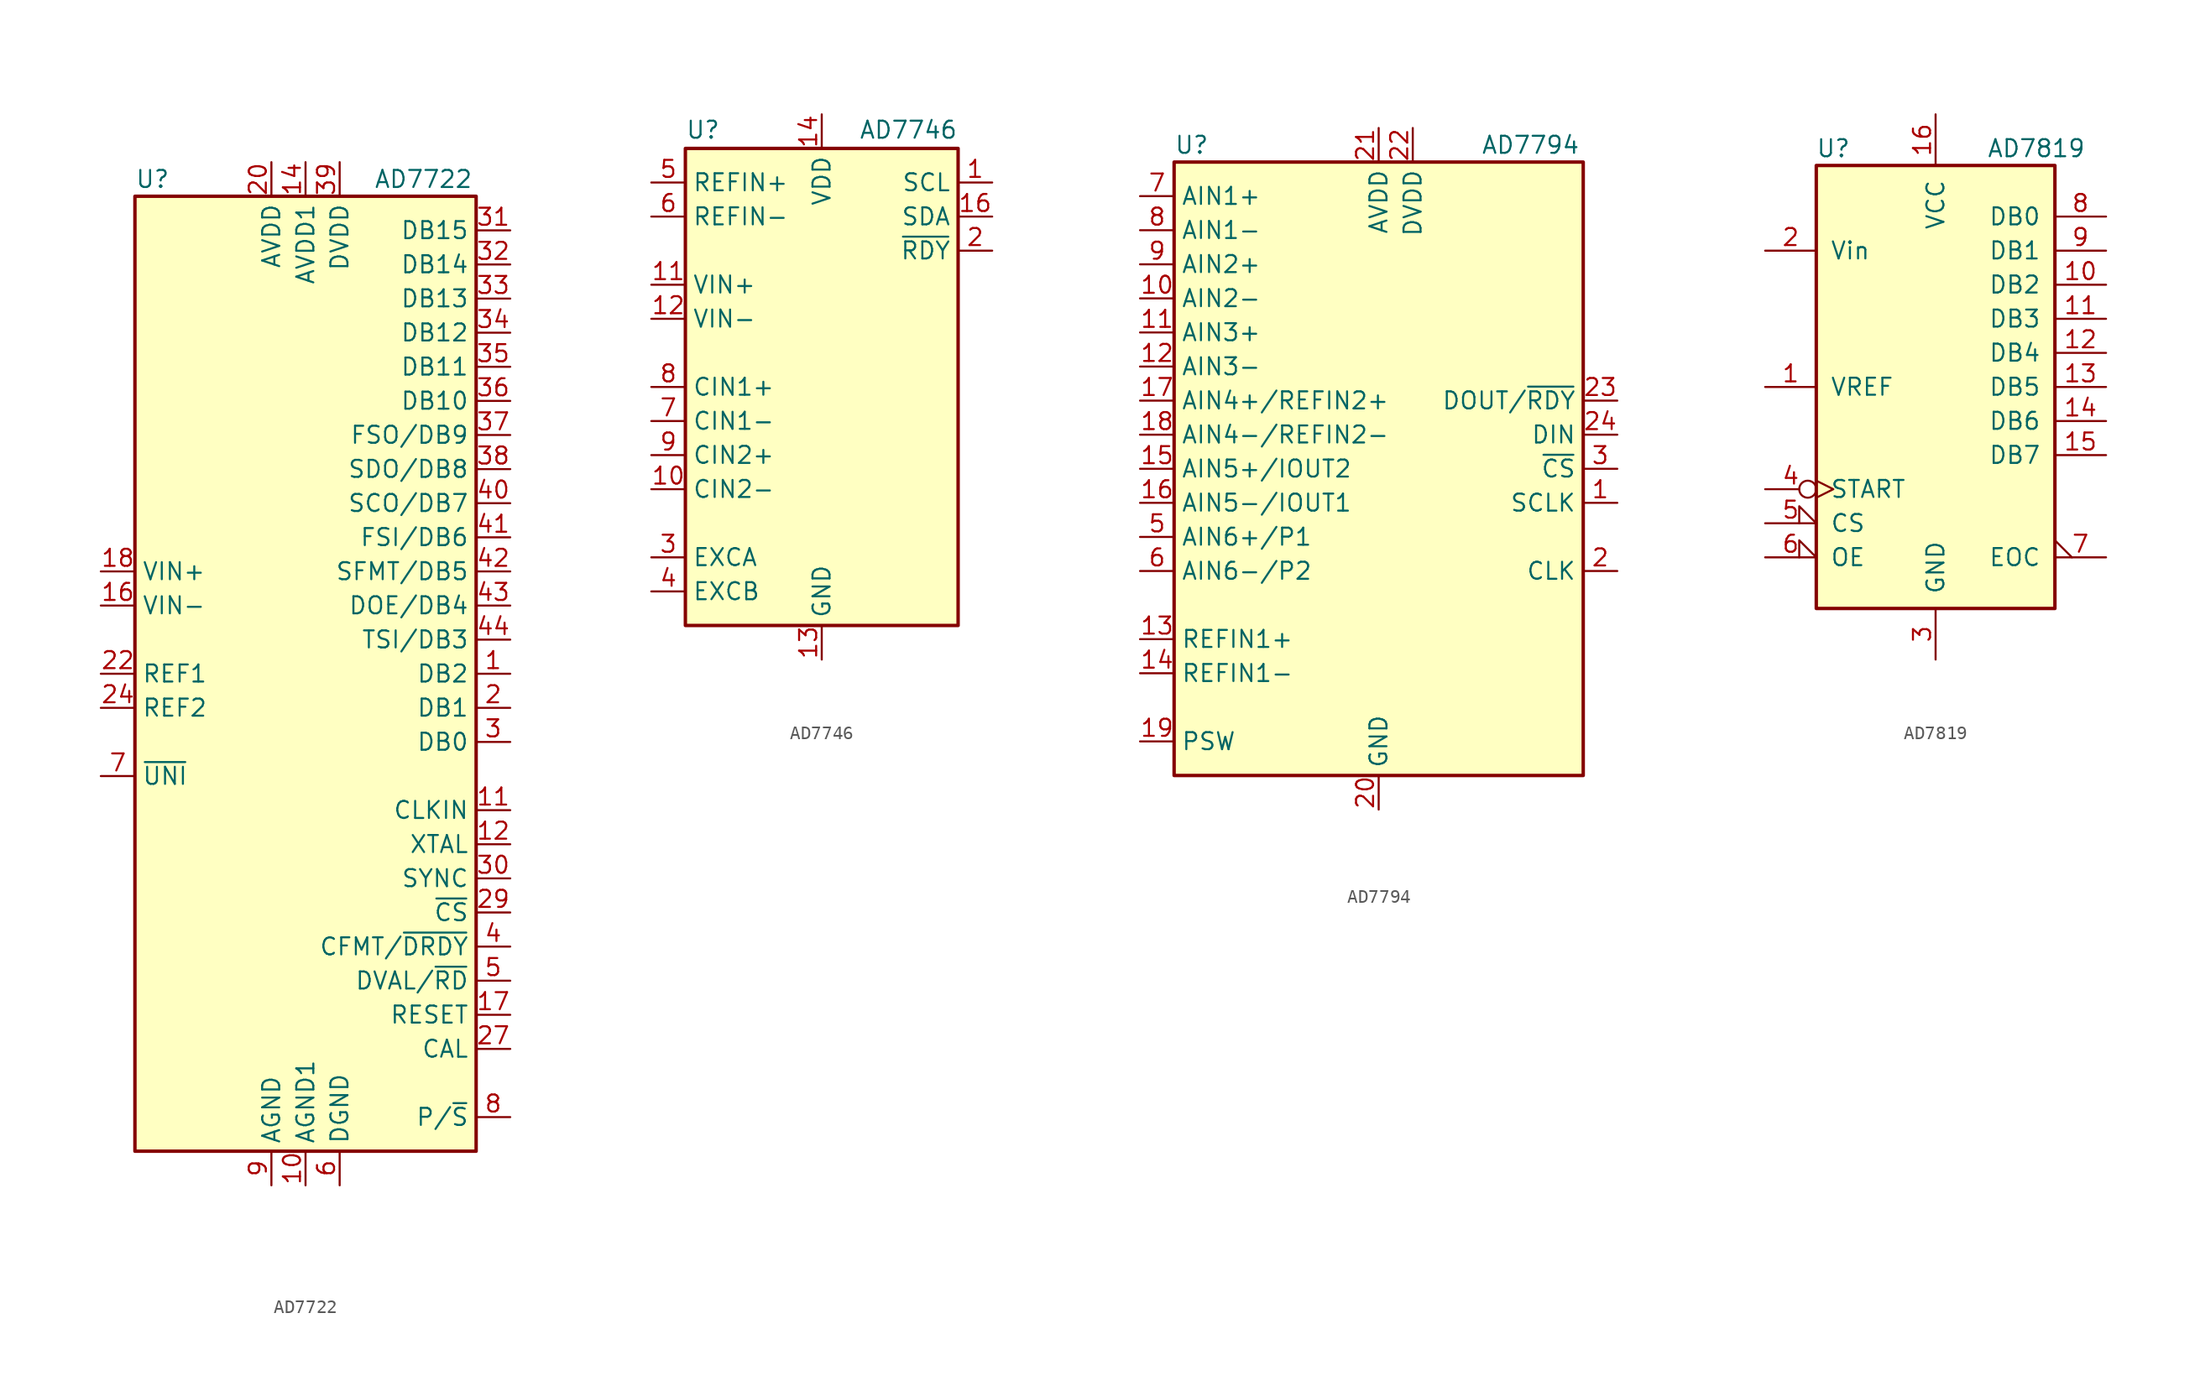
<source format=kicad_sym>
(kicad_symbol_lib
  (version 20211014)
  (generator kicad_symbol_editor)
  (symbol "AD7722"
    (property "Reference" "U"
      (at -12.7 36.83 0)
      (effects (font (size 1.27 1.27)) (justify left)))
    (property "Value" "AD7722"
      (at 5.08 36.83 0)
      (effects (font (size 1.27 1.27)) (justify left)))
    (symbol "AD7722_0_1"
      (rectangle (start -12.7 35.56) (end 12.7 -35.56) (stroke (width 0.254) (type default) (color 0 0 0 0)) (fill (type background))))
    (symbol "AD7722_1_1"
      (pin input line (at 15.24 0 180) (length 2.54) (name "DB2" (effects (font (size 1.27 1.27)))) (number "1" (effects (font (size 1.27 1.27)))))
      (pin power_in line (at 0 -38.1 90) (length 2.54) (name "AGND1" (effects (font (size 1.27 1.27)))) (number "10" (effects (font (size 1.27 1.27)))))
      (pin input line (at 15.24 -10.16 180) (length 2.54) (name "CLKIN" (effects (font (size 1.27 1.27)))) (number "11" (effects (font (size 1.27 1.27)))))
      (pin output line (at 15.24 -12.7 180) (length 2.54) (name "XTAL" (effects (font (size 1.27 1.27)))) (number "12" (effects (font (size 1.27 1.27)))))
      (pin passive line (at -2.54 -38.1 90) (length 2.54) hide (name "AGND" (effects (font (size 1.27 1.27)))) (number "13" (effects (font (size 1.27 1.27)))))
      (pin power_in line (at 0 38.1 270) (length 2.54) (name "AVDD1" (effects (font (size 1.27 1.27)))) (number "14" (effects (font (size 1.27 1.27)))))
      (pin passive line (at -2.54 -38.1 90) (length 2.54) hide (name "AGND" (effects (font (size 1.27 1.27)))) (number "15" (effects (font (size 1.27 1.27)))))
      (pin input line (at -15.24 5.08 0) (length 2.54) (name "VIN-" (effects (font (size 1.27 1.27)))) (number "16" (effects (font (size 1.27 1.27)))))
      (pin input line (at 15.24 -25.4 180) (length 2.54) (name "RESET" (effects (font (size 1.27 1.27)))) (number "17" (effects (font (size 1.27 1.27)))))
      (pin input line (at -15.24 7.62 0) (length 2.54) (name "VIN+" (effects (font (size 1.27 1.27)))) (number "18" (effects (font (size 1.27 1.27)))))
      (pin passive line (at -2.54 -38.1 90) (length 2.54) hide (name "AGND" (effects (font (size 1.27 1.27)))) (number "19" (effects (font (size 1.27 1.27)))))
      (pin input line (at 15.24 -2.54 180) (length 2.54) (name "DB1" (effects (font (size 1.27 1.27)))) (number "2" (effects (font (size 1.27 1.27)))))
      (pin power_in line (at -2.54 38.1 270) (length 2.54) (name "AVDD" (effects (font (size 1.27 1.27)))) (number "20" (effects (font (size 1.27 1.27)))))
      (pin passive line (at -2.54 -38.1 90) (length 2.54) hide (name "AGND" (effects (font (size 1.27 1.27)))) (number "21" (effects (font (size 1.27 1.27)))))
      (pin power_out line (at -15.24 0 0) (length 2.54) (name "REF1" (effects (font (size 1.27 1.27)))) (number "22" (effects (font (size 1.27 1.27)))))
      (pin passive line (at -2.54 38.1 270) (length 2.54) hide (name "AVDD" (effects (font (size 1.27 1.27)))) (number "23" (effects (font (size 1.27 1.27)))))
      (pin power_out line (at -15.24 -2.54 0) (length 2.54) (name "REF2" (effects (font (size 1.27 1.27)))) (number "24" (effects (font (size 1.27 1.27)))))
      (pin passive line (at -2.54 -38.1 90) (length 2.54) hide (name "AGND" (effects (font (size 1.27 1.27)))) (number "25" (effects (font (size 1.27 1.27)))))
      (pin passive line (at -2.54 -38.1 90) (length 2.54) hide (name "AGND" (effects (font (size 1.27 1.27)))) (number "26" (effects (font (size 1.27 1.27)))))
      (pin input line (at 15.24 -27.94 180) (length 2.54) (name "CAL" (effects (font (size 1.27 1.27)))) (number "27" (effects (font (size 1.27 1.27)))))
      (pin passive line (at 2.54 -38.1 90) (length 2.54) hide (name "DGND" (effects (font (size 1.27 1.27)))) (number "28" (effects (font (size 1.27 1.27)))))
      (pin input line (at 15.24 -17.78 180) (length 2.54) (name "~{CS}" (effects (font (size 1.27 1.27)))) (number "29" (effects (font (size 1.27 1.27)))))
      (pin input line (at 15.24 -5.08 180) (length 2.54) (name "DB0" (effects (font (size 1.27 1.27)))) (number "3" (effects (font (size 1.27 1.27)))))
      (pin input line (at 15.24 -15.24 180) (length 2.54) (name "SYNC" (effects (font (size 1.27 1.27)))) (number "30" (effects (font (size 1.27 1.27)))))
      (pin output line (at 15.24 33.02 180) (length 2.54) (name "DB15" (effects (font (size 1.27 1.27)))) (number "31" (effects (font (size 1.27 1.27)))))
      (pin output line (at 15.24 30.48 180) (length 2.54) (name "DB14" (effects (font (size 1.27 1.27)))) (number "32" (effects (font (size 1.27 1.27)))))
      (pin output line (at 15.24 27.94 180) (length 2.54) (name "DB13" (effects (font (size 1.27 1.27)))) (number "33" (effects (font (size 1.27 1.27)))))
      (pin output line (at 15.24 25.4 180) (length 2.54) (name "DB12" (effects (font (size 1.27 1.27)))) (number "34" (effects (font (size 1.27 1.27)))))
      (pin output line (at 15.24 22.86 180) (length 2.54) (name "DB11" (effects (font (size 1.27 1.27)))) (number "35" (effects (font (size 1.27 1.27)))))
      (pin output line (at 15.24 20.32 180) (length 2.54) (name "DB10" (effects (font (size 1.27 1.27)))) (number "36" (effects (font (size 1.27 1.27)))))
      (pin output line (at 15.24 17.78 180) (length 2.54) (name "FSO/DB9" (effects (font (size 1.27 1.27)))) (number "37" (effects (font (size 1.27 1.27)))))
      (pin output line (at 15.24 15.24 180) (length 2.54) (name "SDO/DB8" (effects (font (size 1.27 1.27)))) (number "38" (effects (font (size 1.27 1.27)))))
      (pin power_in line (at 2.54 38.1 270) (length 2.54) (name "DVDD" (effects (font (size 1.27 1.27)))) (number "39" (effects (font (size 1.27 1.27)))))
      (pin input line (at 15.24 -20.32 180) (length 2.54) (name "CFMT/~{DRDY}" (effects (font (size 1.27 1.27)))) (number "4" (effects (font (size 1.27 1.27)))))
      (pin input line (at 15.24 12.7 180) (length 2.54) (name "SCO/DB7" (effects (font (size 1.27 1.27)))) (number "40" (effects (font (size 1.27 1.27)))))
      (pin input line (at 15.24 10.16 180) (length 2.54) (name "FSI/DB6" (effects (font (size 1.27 1.27)))) (number "41" (effects (font (size 1.27 1.27)))))
      (pin input line (at 15.24 7.62 180) (length 2.54) (name "SFMT/DB5" (effects (font (size 1.27 1.27)))) (number "42" (effects (font (size 1.27 1.27)))))
      (pin input line (at 15.24 5.08 180) (length 2.54) (name "DOE/DB4" (effects (font (size 1.27 1.27)))) (number "43" (effects (font (size 1.27 1.27)))))
      (pin input line (at 15.24 2.54 180) (length 2.54) (name "TSI/DB3" (effects (font (size 1.27 1.27)))) (number "44" (effects (font (size 1.27 1.27)))))
      (pin input line (at 15.24 -22.86 180) (length 2.54) (name "DVAL/~{RD}" (effects (font (size 1.27 1.27)))) (number "5" (effects (font (size 1.27 1.27)))))
      (pin power_in line (at 2.54 -38.1 90) (length 2.54) (name "DGND" (effects (font (size 1.27 1.27)))) (number "6" (effects (font (size 1.27 1.27)))))
      (pin input line (at -15.24 -7.62 0) (length 2.54) (name "~{UNI}" (effects (font (size 1.27 1.27)))) (number "7" (effects (font (size 1.27 1.27)))))
      (pin input line (at 15.24 -33.02 180) (length 2.54) (name "P/~{S}" (effects (font (size 1.27 1.27)))) (number "8" (effects (font (size 1.27 1.27)))))
      (pin power_in line (at -2.54 -38.1 90) (length 2.54) (name "AGND" (effects (font (size 1.27 1.27)))) (number "9" (effects (font (size 1.27 1.27)))))))
  (symbol "AD7746"
    (property "Reference" "U"
      (at -10.16 18.415 0)
      (effects (font (size 1.27 1.27)) (justify left bottom)))
    (property "Value" "AD7746"
      (at 10.16 18.415 0)
      (effects (font (size 1.27 1.27)) (justify right bottom)))
    (symbol "AD7746_0_1"
      (rectangle (start -10.16 -17.78) (end 10.16 17.78) (stroke (width 0.254) (type default) (color 0 0 0 0)) (fill (type background))))
    (symbol "AD7746_1_1"
      (pin input line (at 12.7 15.24 180) (length 2.54) (name "SCL" (effects (font (size 1.27 1.27)))) (number "1" (effects (font (size 1.27 1.27)))))
      (pin passive line (at -12.7 -7.62 0) (length 2.54) (name "CIN2-" (effects (font (size 1.27 1.27)))) (number "10" (effects (font (size 1.27 1.27)))))
      (pin input line (at -12.7 7.62 0) (length 2.54) (name "VIN+" (effects (font (size 1.27 1.27)))) (number "11" (effects (font (size 1.27 1.27)))))
      (pin input line (at -12.7 5.08 0) (length 2.54) (name "VIN-" (effects (font (size 1.27 1.27)))) (number "12" (effects (font (size 1.27 1.27)))))
      (pin power_in line (at 0 -20.32 90) (length 2.54) (name "GND" (effects (font (size 1.27 1.27)))) (number "13" (effects (font (size 1.27 1.27)))))
      (pin power_in line (at 0 20.32 270) (length 2.54) (name "VDD" (effects (font (size 1.27 1.27)))) (number "14" (effects (font (size 1.27 1.27)))))
      (pin no_connect line (at 10.16 -15.24 180) (length 2.54) hide (name "NC" (effects (font (size 1.27 1.27)))) (number "15" (effects (font (size 1.27 1.27)))))
      (pin bidirectional line (at 12.7 12.7 180) (length 2.54) (name "SDA" (effects (font (size 1.27 1.27)))) (number "16" (effects (font (size 1.27 1.27)))))
      (pin output line (at 12.7 10.16 180) (length 2.54) (name "~{RDY}" (effects (font (size 1.27 1.27)))) (number "2" (effects (font (size 1.27 1.27)))))
      (pin output line (at -12.7 -12.7 0) (length 2.54) (name "EXCA" (effects (font (size 1.27 1.27)))) (number "3" (effects (font (size 1.27 1.27)))))
      (pin output line (at -12.7 -15.24 0) (length 2.54) (name "EXCB" (effects (font (size 1.27 1.27)))) (number "4" (effects (font (size 1.27 1.27)))))
      (pin input line (at -12.7 15.24 0) (length 2.54) (name "REFIN+" (effects (font (size 1.27 1.27)))) (number "5" (effects (font (size 1.27 1.27)))))
      (pin input line (at -12.7 12.7 0) (length 2.54) (name "REFIN-" (effects (font (size 1.27 1.27)))) (number "6" (effects (font (size 1.27 1.27)))))
      (pin passive line (at -12.7 -2.54 0) (length 2.54) (name "CIN1-" (effects (font (size 1.27 1.27)))) (number "7" (effects (font (size 1.27 1.27)))))
      (pin passive line (at -12.7 0 0) (length 2.54) (name "CIN1+" (effects (font (size 1.27 1.27)))) (number "8" (effects (font (size 1.27 1.27)))))
      (pin passive line (at -12.7 -5.08 0) (length 2.54) (name "CIN2+" (effects (font (size 1.27 1.27)))) (number "9" (effects (font (size 1.27 1.27)))))))
  (symbol "AD7794"
    (property "Reference" "U"
      (at -15.24 24.13 0)
      (effects (font (size 1.27 1.27)) (justify left)))
    (property "Value" "AD7794"
      (at 7.62 24.13 0)
      (effects (font (size 1.27 1.27)) (justify left)))
    (symbol "AD7794_0_1"
      (rectangle (start -15.24 22.86) (end 15.24 -22.86) (stroke (width 0.254) (type default) (color 0 0 0 0)) (fill (type background))))
    (symbol "AD7794_1_1"
      (pin input line (at 17.78 -2.54 180) (length 2.54) (name "SCLK" (effects (font (size 1.27 1.27)))) (number "1" (effects (font (size 1.27 1.27)))))
      (pin input line (at -17.78 12.7 0) (length 2.54) (name "AIN2-" (effects (font (size 1.27 1.27)))) (number "10" (effects (font (size 1.27 1.27)))))
      (pin input line (at -17.78 10.16 0) (length 2.54) (name "AIN3+" (effects (font (size 1.27 1.27)))) (number "11" (effects (font (size 1.27 1.27)))))
      (pin input line (at -17.78 7.62 0) (length 2.54) (name "AIN3-" (effects (font (size 1.27 1.27)))) (number "12" (effects (font (size 1.27 1.27)))))
      (pin input line (at -17.78 -12.7 0) (length 2.54) (name "REFIN1+" (effects (font (size 1.27 1.27)))) (number "13" (effects (font (size 1.27 1.27)))))
      (pin input line (at -17.78 -15.24 0) (length 2.54) (name "REFIN1-" (effects (font (size 1.27 1.27)))) (number "14" (effects (font (size 1.27 1.27)))))
      (pin input line (at -17.78 0 0) (length 2.54) (name "AIN5+/IOUT2" (effects (font (size 1.27 1.27)))) (number "15" (effects (font (size 1.27 1.27)))))
      (pin input line (at -17.78 -2.54 0) (length 2.54) (name "AIN5-/IOUT1" (effects (font (size 1.27 1.27)))) (number "16" (effects (font (size 1.27 1.27)))))
      (pin input line (at -17.78 5.08 0) (length 2.54) (name "AIN4+/REFIN2+" (effects (font (size 1.27 1.27)))) (number "17" (effects (font (size 1.27 1.27)))))
      (pin input line (at -17.78 2.54 0) (length 2.54) (name "AIN4-/REFIN2-" (effects (font (size 1.27 1.27)))) (number "18" (effects (font (size 1.27 1.27)))))
      (pin passive line (at -17.78 -20.32 0) (length 2.54) (name "PSW" (effects (font (size 1.27 1.27)))) (number "19" (effects (font (size 1.27 1.27)))))
      (pin bidirectional line (at 17.78 -7.62 180) (length 2.54) (name "CLK" (effects (font (size 1.27 1.27)))) (number "2" (effects (font (size 1.27 1.27)))))
      (pin power_in line (at 0 -25.4 90) (length 2.54) (name "GND" (effects (font (size 1.27 1.27)))) (number "20" (effects (font (size 1.27 1.27)))))
      (pin power_in line (at 0 25.4 270) (length 2.54) (name "AVDD" (effects (font (size 1.27 1.27)))) (number "21" (effects (font (size 1.27 1.27)))))
      (pin power_in line (at 2.54 25.4 270) (length 2.54) (name "DVDD" (effects (font (size 1.27 1.27)))) (number "22" (effects (font (size 1.27 1.27)))))
      (pin output line (at 17.78 5.08 180) (length 2.54) (name "DOUT/~{RDY}" (effects (font (size 1.27 1.27)))) (number "23" (effects (font (size 1.27 1.27)))))
      (pin input line (at 17.78 2.54 180) (length 2.54) (name "DIN" (effects (font (size 1.27 1.27)))) (number "24" (effects (font (size 1.27 1.27)))))
      (pin input line (at 17.78 0 180) (length 2.54) (name "~{CS}" (effects (font (size 1.27 1.27)))) (number "3" (effects (font (size 1.27 1.27)))))
      (pin no_connect line (at 15.24 -20.32 180) (length 2.54) hide (name "NC" (effects (font (size 1.27 1.27)))) (number "4" (effects (font (size 1.27 1.27)))))
      (pin input line (at -17.78 -5.08 0) (length 2.54) (name "AIN6+/P1" (effects (font (size 1.27 1.27)))) (number "5" (effects (font (size 1.27 1.27)))))
      (pin input line (at -17.78 -7.62 0) (length 2.54) (name "AIN6-/P2" (effects (font (size 1.27 1.27)))) (number "6" (effects (font (size 1.27 1.27)))))
      (pin input line (at -17.78 20.32 0) (length 2.54) (name "AIN1+" (effects (font (size 1.27 1.27)))) (number "7" (effects (font (size 1.27 1.27)))))
      (pin input line (at -17.78 17.78 0) (length 2.54) (name "AIN1-" (effects (font (size 1.27 1.27)))) (number "8" (effects (font (size 1.27 1.27)))))
      (pin input line (at -17.78 15.24 0) (length 2.54) (name "AIN2+" (effects (font (size 1.27 1.27)))) (number "9" (effects (font (size 1.27 1.27)))))))
  (symbol "AD7819"
    (pin_names
      (offset 1.016))
    (property "Reference" "U"
      (at -7.62 17.78 0)
      (effects (font (size 1.27 1.27))))
    (property "Value" "AD7819"
      (at 3.81 17.78 0)
      (effects (font (size 1.27 1.27)) (justify left)))
    (symbol "AD7819_0_1"
      (rectangle (start -8.89 -16.51) (end 8.89 16.51) (stroke (width 0.254) (type default) (color 0 0 0 0)) (fill (type background))))
    (symbol "AD7819_1_1"
      (pin input line (at -12.7 0 0) (length 3.81) (name "VREF" (effects (font (size 1.27 1.27)))) (number "1" (effects (font (size 1.27 1.27)))))
      (pin tri_state line (at 12.7 7.62 180) (length 3.81) (name "DB2" (effects (font (size 1.27 1.27)))) (number "10" (effects (font (size 1.27 1.27)))))
      (pin tri_state line (at 12.7 5.08 180) (length 3.81) (name "DB3" (effects (font (size 1.27 1.27)))) (number "11" (effects (font (size 1.27 1.27)))))
      (pin tri_state line (at 12.7 2.54 180) (length 3.81) (name "DB4" (effects (font (size 1.27 1.27)))) (number "12" (effects (font (size 1.27 1.27)))))
      (pin tri_state line (at 12.7 0 180) (length 3.81) (name "DB5" (effects (font (size 1.27 1.27)))) (number "13" (effects (font (size 1.27 1.27)))))
      (pin tri_state line (at 12.7 -2.54 180) (length 3.81) (name "DB6" (effects (font (size 1.27 1.27)))) (number "14" (effects (font (size 1.27 1.27)))))
      (pin tri_state line (at 12.7 -5.08 180) (length 3.81) (name "DB7" (effects (font (size 1.27 1.27)))) (number "15" (effects (font (size 1.27 1.27)))))
      (pin power_in line (at 0 20.32 270) (length 3.81) (name "VCC" (effects (font (size 1.27 1.27)))) (number "16" (effects (font (size 1.27 1.27)))))
      (pin input line (at -12.7 10.16 0) (length 3.81) (name "Vin" (effects (font (size 1.27 1.27)))) (number "2" (effects (font (size 1.27 1.27)))))
      (pin power_in line (at 0 -20.32 90) (length 3.81) (name "GND" (effects (font (size 1.27 1.27)))) (number "3" (effects (font (size 1.27 1.27)))))
      (pin input inverted_clock (at -12.7 -7.62 0) (length 3.81) (name "START" (effects (font (size 1.27 1.27)))) (number "4" (effects (font (size 1.27 1.27)))))
      (pin input input_low (at -12.7 -10.16 0) (length 3.81) (name "CS" (effects (font (size 1.27 1.27)))) (number "5" (effects (font (size 1.27 1.27)))))
      (pin input input_low (at -12.7 -12.7 0) (length 3.81) (name "OE" (effects (font (size 1.27 1.27)))) (number "6" (effects (font (size 1.27 1.27)))))
      (pin output output_low (at 12.7 -12.7 180) (length 3.81) (name "EOC" (effects (font (size 1.27 1.27)))) (number "7" (effects (font (size 1.27 1.27)))))
      (pin tri_state line (at 12.7 12.7 180) (length 3.81) (name "DB0" (effects (font (size 1.27 1.27)))) (number "8" (effects (font (size 1.27 1.27)))))
      (pin tri_state line (at 12.7 10.16 180) (length 3.81) (name "DB1" (effects (font (size 1.27 1.27)))) (number "9" (effects (font (size 1.27 1.27))))))))
</source>
